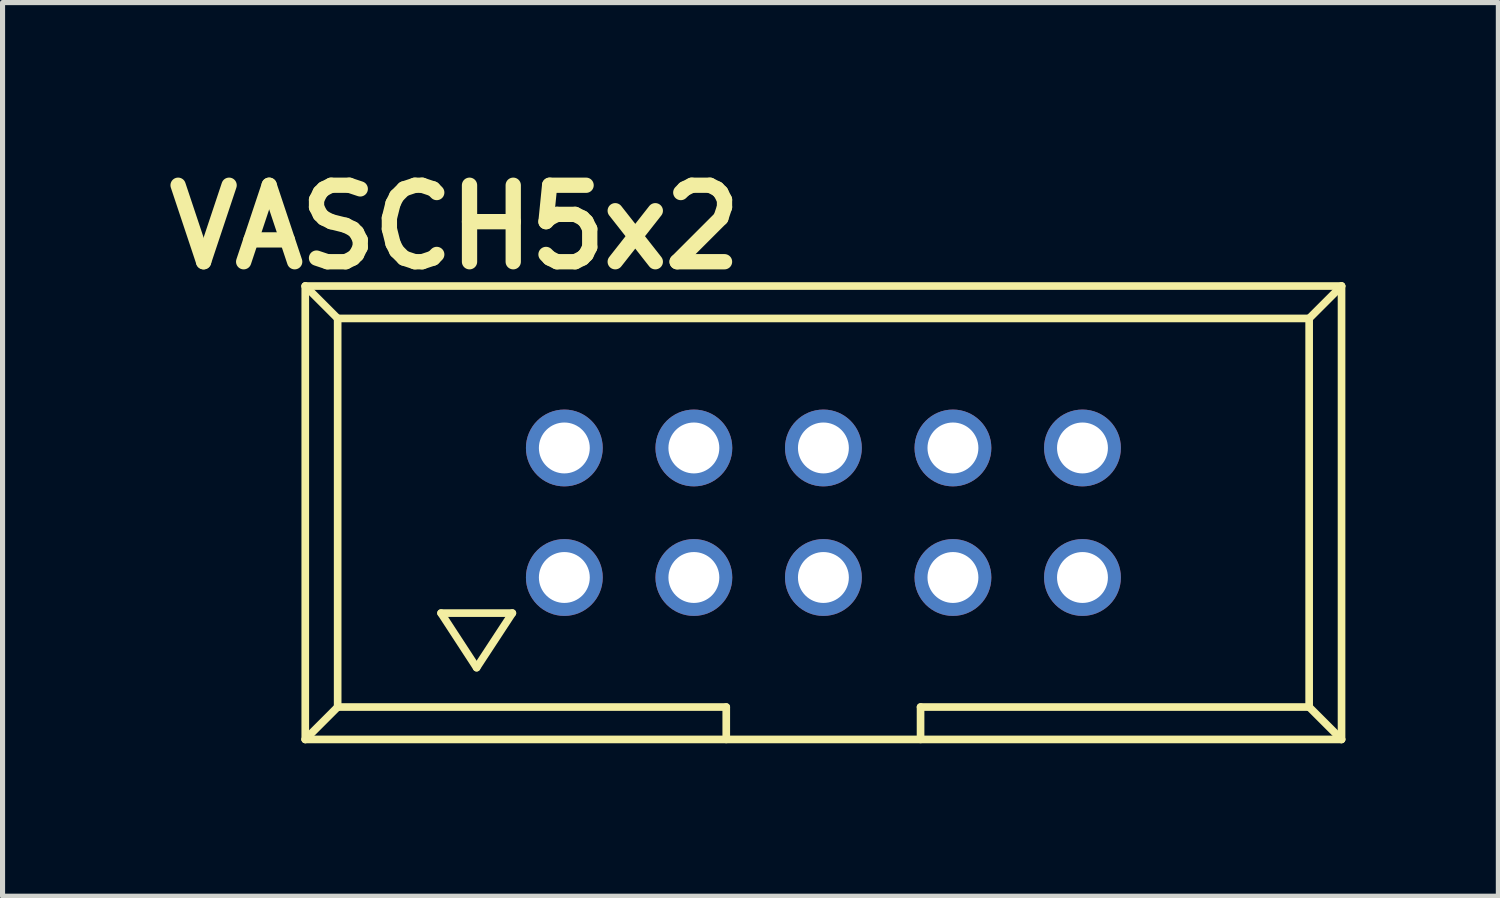
<source format=kicad_pcb>
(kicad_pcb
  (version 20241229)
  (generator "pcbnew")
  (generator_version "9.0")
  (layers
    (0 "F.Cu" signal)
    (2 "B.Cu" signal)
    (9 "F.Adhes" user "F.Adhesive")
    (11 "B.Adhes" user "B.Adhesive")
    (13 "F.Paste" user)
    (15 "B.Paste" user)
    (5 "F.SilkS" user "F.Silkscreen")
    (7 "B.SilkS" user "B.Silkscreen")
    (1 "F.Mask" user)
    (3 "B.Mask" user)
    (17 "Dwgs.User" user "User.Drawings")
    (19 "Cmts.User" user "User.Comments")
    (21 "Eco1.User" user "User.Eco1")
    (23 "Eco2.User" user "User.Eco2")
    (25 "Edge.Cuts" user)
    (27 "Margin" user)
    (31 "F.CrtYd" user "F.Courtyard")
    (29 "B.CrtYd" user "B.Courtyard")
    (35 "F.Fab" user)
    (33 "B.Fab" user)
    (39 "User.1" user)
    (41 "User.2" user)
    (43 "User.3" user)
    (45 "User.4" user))
  (footprint "VASCH5x2"
    (layer "F.Cu")
    (at 13.096 7.004)
    (property "Reference" "VASCH5x2" (at -7.225 -5.6 0) (layer "F.SilkS") (effects (font (size 1.5 1.5) (thickness 0.3))))
    (attr exclude_from_pos_files exclude_from_bom)
    (fp_line (start -10.16 -4.445) (end -10.16 4.445) (stroke (width 0.15) (type solid)) (layer "F.SilkS"))
    (fp_line (start -10.16 4.445) (end 10.16 4.445) (stroke (width 0.15) (type solid)) (layer "F.SilkS"))
    (fp_line (start -9.525 -3.81) (end -10.16 -4.445) (stroke (width 0.15) (type solid)) (layer "F.SilkS"))
    (fp_line (start -9.525 -3.81) (end -9.525 3.81) (stroke (width 0.15) (type solid)) (layer "F.SilkS"))
    (fp_line (start -9.525 3.81) (end -10.16 4.445) (stroke (width 0.15) (type solid)) (layer "F.SilkS"))
    (fp_line (start -9.525 3.81) (end -1.905 3.81) (stroke (width 0.15) (type solid)) (layer "F.SilkS"))
    (fp_line (start -7.498 1.968) (end -6.8 3.038) (stroke (width 0.15) (type solid)) (layer "F.SilkS"))
    (fp_line (start -6.8 3.038) (end -6.099 1.968) (stroke (width 0.15) (type solid)) (layer "F.SilkS"))
    (fp_line (start -6.099 1.968) (end -7.498 1.968) (stroke (width 0.15) (type solid)) (layer "F.SilkS"))
    (fp_line (start -1.905 3.81) (end -1.905 4.445) (stroke (width 0.15) (type solid)) (layer "F.SilkS"))
    (fp_line (start 1.905 3.81) (end 9.525 3.81) (stroke (width 0.15) (type solid)) (layer "F.SilkS"))
    (fp_line (start 1.905 4.445) (end 1.905 3.81) (stroke (width 0.15) (type solid)) (layer "F.SilkS"))
    (fp_line (start 9.525 -3.81) (end -9.525 -3.81) (stroke (width 0.15) (type solid)) (layer "F.SilkS"))
    (fp_line (start 9.525 -3.81) (end 10.16 -4.445) (stroke (width 0.15) (type solid)) (layer "F.SilkS"))
    (fp_line (start 9.525 3.81) (end 9.525 -3.81) (stroke (width 0.15) (type solid)) (layer "F.SilkS"))
    (fp_line (start 9.525 3.81) (end 10.16 4.445) (stroke (width 0.15) (type solid)) (layer "F.SilkS"))
    (fp_line (start 10.16 -4.445) (end -10.16 -4.445) (stroke (width 0.15) (type solid)) (layer "F.SilkS"))
    (fp_line (start 10.16 -4.445) (end 10.16 4.445) (stroke (width 0.15) (type solid)) (layer "F.SilkS"))
    (pad "1" thru_hole circle (at -5.08 1.27) (size 1.506 1.506) (drill 0.998) (layers "*.Cu" "*.Mask"))
    (pad "2" thru_hole circle (at -5.08 -1.27) (size 1.506 1.506) (drill 0.998) (layers "*.Cu" "*.Mask"))
    (pad "3" thru_hole circle (at -2.54 1.27) (size 1.506 1.506) (drill 0.998) (layers "*.Cu" "*.Mask"))
    (pad "4" thru_hole circle (at -2.54 -1.27) (size 1.506 1.506) (drill 0.998) (layers "*.Cu" "*.Mask"))
    (pad "5" thru_hole circle (at 0 1.27) (size 1.506 1.506) (drill 0.998) (layers "*.Cu" "*.Mask"))
    (pad "6" thru_hole circle (at 0 -1.27) (size 1.506 1.506) (drill 0.998) (layers "*.Cu" "*.Mask"))
    (pad "7" thru_hole circle (at 2.54 1.27) (size 1.506 1.506) (drill 0.998) (layers "*.Cu" "*.Mask"))
    (pad "8" thru_hole circle (at 2.54 -1.27) (size 1.506 1.506) (drill 0.998) (layers "*.Cu" "*.Mask"))
    (pad "9" thru_hole circle (at 5.08 1.27) (size 1.506 1.506) (drill 0.998) (layers "*.Cu" "*.Mask"))
    (pad "10" thru_hole circle (at 5.08 -1.27) (size 1.506 1.506) (drill 0.998) (layers "*.Cu" "*.Mask")))
  (gr_rect
    (start -3 -3)
    (end 26.331 14.524)
    (stroke (width 0.1) (type default))
    (fill no)
    (layer "Edge.Cuts")))
</source>
